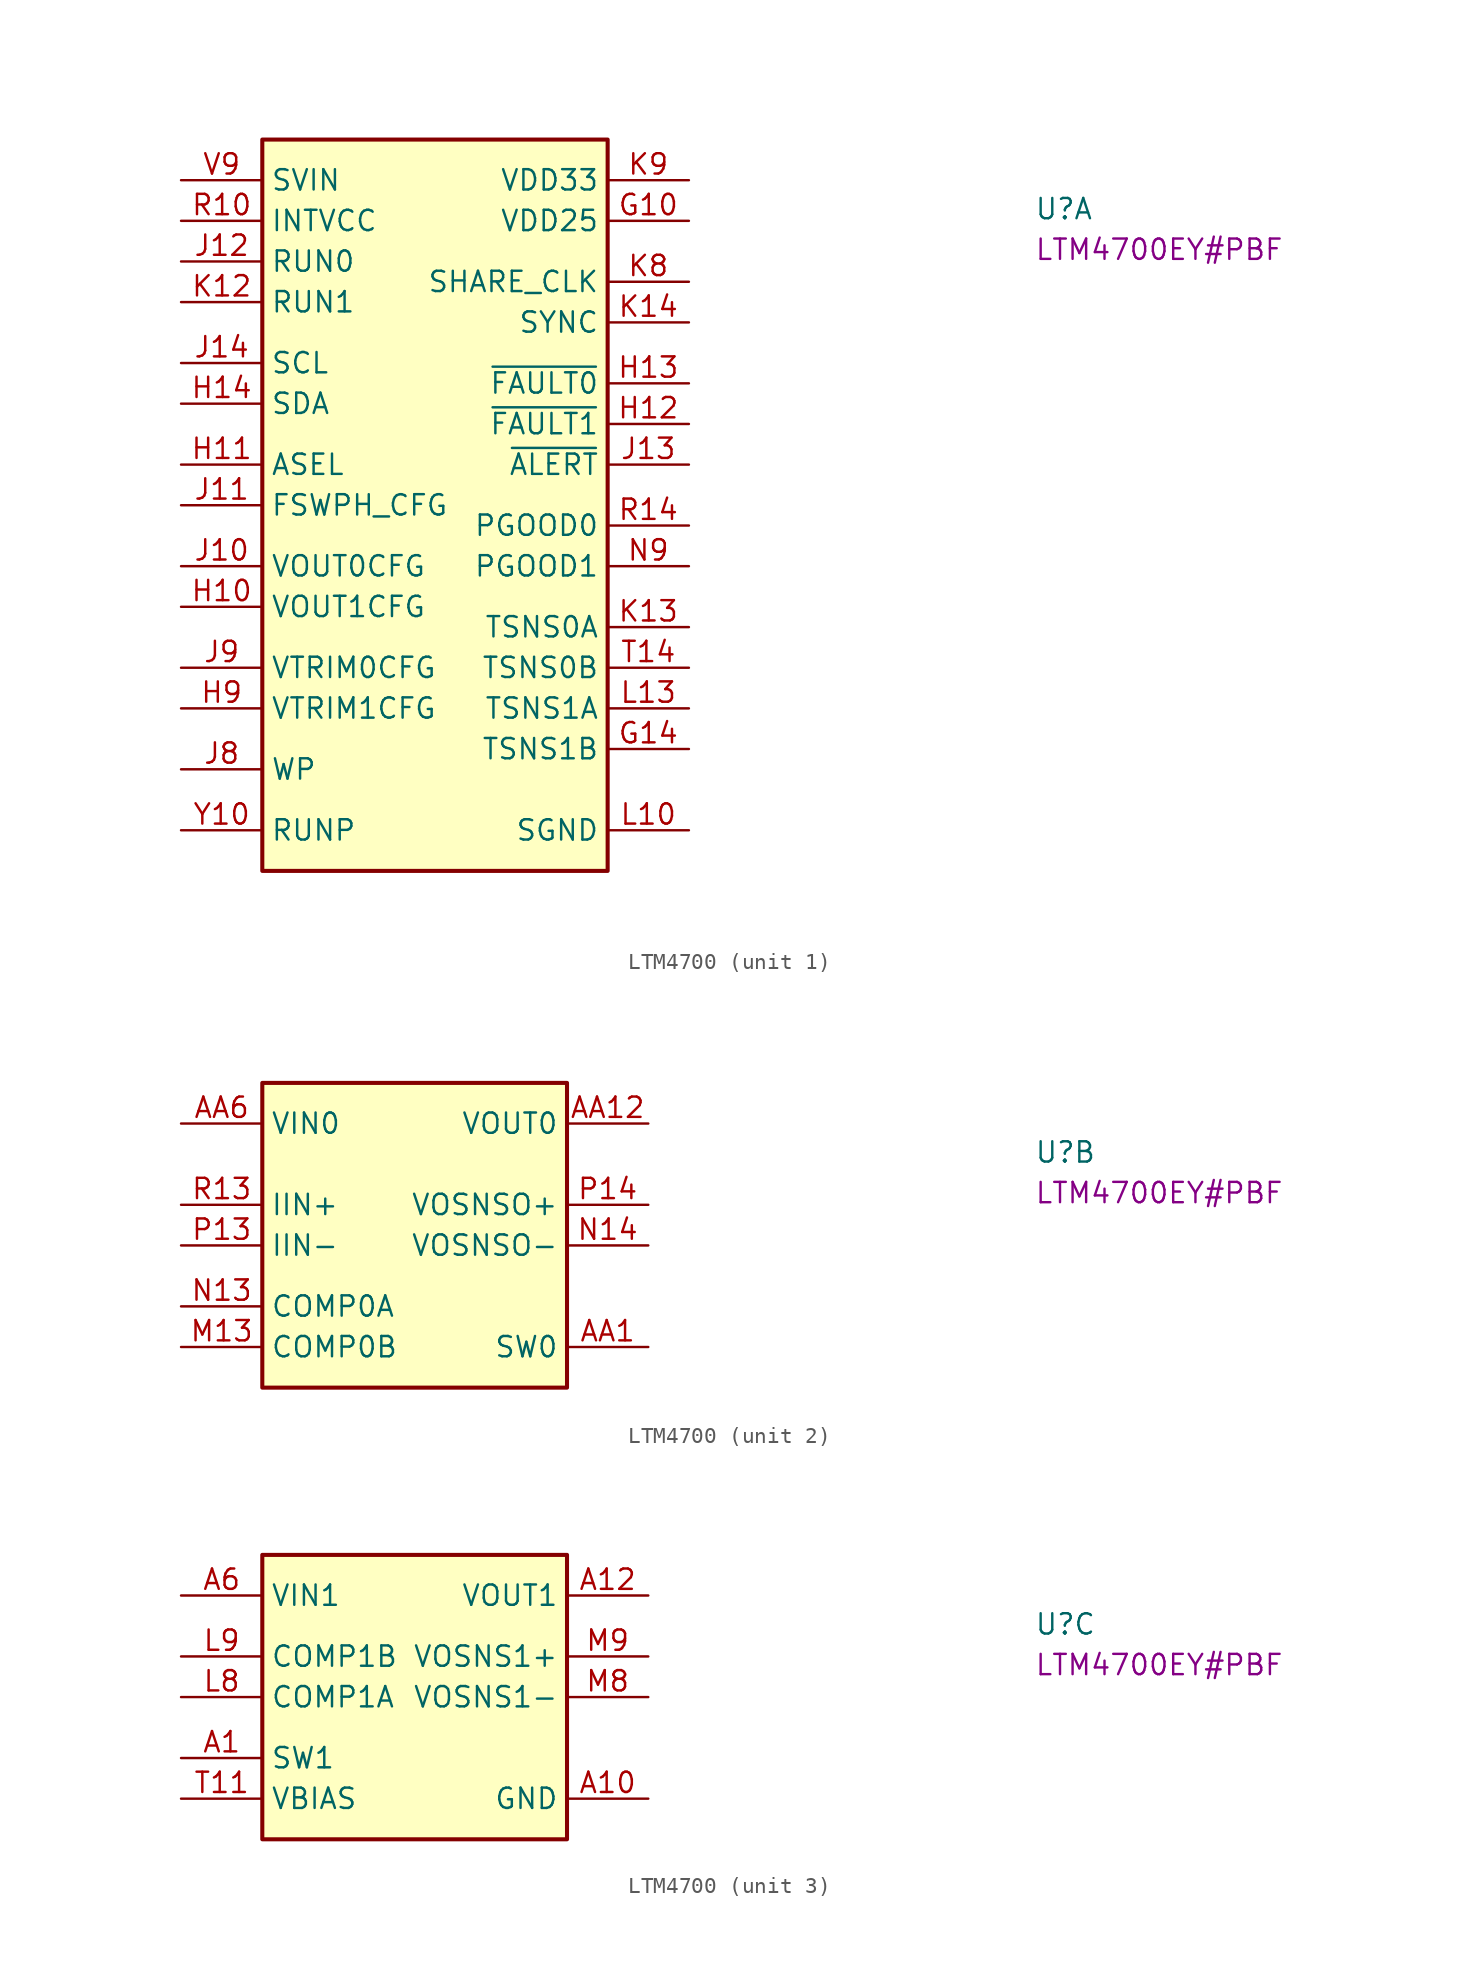
<source format=kicad_sym>
(kicad_symbol_lib
  (version 20220914)
  (generator kicad_symbol_editor)
  (symbol "LTM4700"
    (property "Reference" "U"
      (at 53.34 -2.54 0)
      (effects (font (size 1.27 1.27) (thickness 0.15)) (justify left bottom)))
    (property "MPN" "LTM4700EY#PBF"
      (at 53.34 -5.08 0)
      (effects (font (size 1.27 1.27) (thickness 0.15)) (justify left bottom)))
    (property "ki_locked" ""
      (at 0 0 0)
      (effects (font (size 1.27 1.27))))
    (symbol "LTM4700_1_1"
      (rectangle (start 5.08 2.54) (end 26.67 -43.18) (stroke (width 0.254) (type default)) (fill (type background)))
      (pin output line (at 31.75 -2.54 180) (length 5.08) (name "VDD25" (effects (font (size 1.27 1.27)))) (number "G10" (effects (font (size 1.27 1.27)))))
      (pin passive line (at 31.75 -35.56 180) (length 5.08) (name "TSNS1B" (effects (font (size 1.27 1.27)))) (number "G14" (effects (font (size 1.27 1.27)))))
      (pin passive line (at 0 -26.67 0) (length 5.08) (name "VOUT1CFG" (effects (font (size 1.27 1.27)))) (number "H10" (effects (font (size 1.27 1.27)))))
      (pin passive line (at 0 -17.78 0) (length 5.08) (name "ASEL" (effects (font (size 1.27 1.27)))) (number "H11" (effects (font (size 1.27 1.27)))))
      (pin bidirectional line (at 31.75 -15.24 180) (length 5.08) (name "~{FAULT1}" (effects (font (size 1.27 1.27)))) (number "H12" (effects (font (size 1.27 1.27)))))
      (pin bidirectional line (at 31.75 -12.7 180) (length 5.08) (name "~{FAULT0}" (effects (font (size 1.27 1.27)))) (number "H13" (effects (font (size 1.27 1.27)))))
      (pin bidirectional line (at 0 -13.97 0) (length 5.08) (name "SDA" (effects (font (size 1.27 1.27)))) (number "H14" (effects (font (size 1.27 1.27)))))
      (pin passive line (at 0 -33.02 0) (length 5.08) (name "VTRIM1CFG" (effects (font (size 1.27 1.27)))) (number "H9" (effects (font (size 1.27 1.27)))))
      (pin passive line (at 0 -24.13 0) (length 5.08) (name "VOUT0CFG" (effects (font (size 1.27 1.27)))) (number "J10" (effects (font (size 1.27 1.27)))))
      (pin passive line (at 0 -20.32 0) (length 5.08) (name "FSWPH_CFG" (effects (font (size 1.27 1.27)))) (number "J11" (effects (font (size 1.27 1.27)))))
      (pin bidirectional line (at 0 -5.08 0) (length 5.08) (name "RUN0" (effects (font (size 1.27 1.27)))) (number "J12" (effects (font (size 1.27 1.27)))))
      (pin output line (at 31.75 -17.78 180) (length 5.08) (name "~{ALERT}" (effects (font (size 1.27 1.27)))) (number "J13" (effects (font (size 1.27 1.27)))))
      (pin input line (at 0 -11.43 0) (length 5.08) (name "SCL" (effects (font (size 1.27 1.27)))) (number "J14" (effects (font (size 1.27 1.27)))))
      (pin passive line (at 0 -36.83 0) (length 5.08) (name "WP" (effects (font (size 1.27 1.27)))) (number "J8" (effects (font (size 1.27 1.27)))))
      (pin passive line (at 0 -30.48 0) (length 5.08) (name "VTRIM0CFG" (effects (font (size 1.27 1.27)))) (number "J9" (effects (font (size 1.27 1.27)))))
      (pin bidirectional line (at 0 -7.62 0) (length 5.08) (name "RUN1" (effects (font (size 1.27 1.27)))) (number "K12" (effects (font (size 1.27 1.27)))))
      (pin passive line (at 31.75 -27.94 180) (length 5.08) (name "TSNS0A" (effects (font (size 1.27 1.27)))) (number "K13" (effects (font (size 1.27 1.27)))))
      (pin bidirectional line (at 31.75 -8.89 180) (length 5.08) (name "SYNC" (effects (font (size 1.27 1.27)))) (number "K14" (effects (font (size 1.27 1.27)))))
      (pin bidirectional line (at 31.75 -6.35 180) (length 5.08) (name "SHARE_CLK" (effects (font (size 1.27 1.27)))) (number "K8" (effects (font (size 1.27 1.27)))))
      (pin output line (at 31.75 0 180) (length 5.08) (name "VDD33" (effects (font (size 1.27 1.27)))) (number "K9" (effects (font (size 1.27 1.27)))))
      (pin power_in line (at 31.75 -40.64 180) (length 5.08) (name "SGND" (effects (font (size 1.27 1.27)))) (number "L10" (effects (font (size 1.27 1.27)))))
      (pin passive line (at 31.75 -40.64 180) (length 5.08) hide (name "SGND" (effects (font (size 1.27 1.27)))) (number "L11" (effects (font (size 1.27 1.27)))))
      (pin passive line (at 31.75 -40.64 180) (length 5.08) hide (name "SGND" (effects (font (size 1.27 1.27)))) (number "L12" (effects (font (size 1.27 1.27)))))
      (pin passive line (at 31.75 -33.02 180) (length 5.08) (name "TSNS1A" (effects (font (size 1.27 1.27)))) (number "L13" (effects (font (size 1.27 1.27)))))
      (pin passive line (at 31.75 -40.64 180) (length 5.08) hide (name "SGND" (effects (font (size 1.27 1.27)))) (number "M10" (effects (font (size 1.27 1.27)))))
      (pin passive line (at 31.75 -40.64 180) (length 5.08) hide (name "SGND" (effects (font (size 1.27 1.27)))) (number "M11" (effects (font (size 1.27 1.27)))))
      (pin passive line (at 31.75 -40.64 180) (length 5.08) hide (name "SGND" (effects (font (size 1.27 1.27)))) (number "M12" (effects (font (size 1.27 1.27)))))
      (pin output line (at 31.75 -24.13 180) (length 5.08) (name "PGOOD1" (effects (font (size 1.27 1.27)))) (number "N9" (effects (font (size 1.27 1.27)))))
      (pin output line (at 0 -2.54 0) (length 5.08) (name "INTVCC" (effects (font (size 1.27 1.27)))) (number "R10" (effects (font (size 1.27 1.27)))))
      (pin output line (at 31.75 -21.59 180) (length 5.08) (name "PGOOD0" (effects (font (size 1.27 1.27)))) (number "R14" (effects (font (size 1.27 1.27)))))
      (pin passive line (at 31.75 -30.48 180) (length 5.08) (name "TSNS0B" (effects (font (size 1.27 1.27)))) (number "T14" (effects (font (size 1.27 1.27)))))
      (pin input line (at 0 0 0) (length 5.08) (name "SVIN" (effects (font (size 1.27 1.27)))) (number "V9" (effects (font (size 1.27 1.27)))))
      (pin input line (at 0 -40.64 0) (length 5.08) (name "RUNP" (effects (font (size 1.27 1.27)))) (number "Y10" (effects (font (size 1.27 1.27))))))
    (symbol "LTM4700_2_1"
      (rectangle (start 5.08 2.54) (end 24.13 -16.51) (stroke (width 0.254) (type default)) (fill (type background)))
      (pin passive line (at 29.21 -13.97 180) (length 5.08) (name "SW0" (effects (font (size 1.27 1.27)))) (number "AA1" (effects (font (size 1.27 1.27)))))
      (pin power_out line (at 29.21 0 180) (length 5.08) (name "VOUT0" (effects (font (size 1.27 1.27)))) (number "AA12" (effects (font (size 1.27 1.27)))))
      (pin passive line (at 29.21 0 180) (length 5.08) hide (name "VOUT0" (effects (font (size 1.27 1.27)))) (number "AA13" (effects (font (size 1.27 1.27)))))
      (pin passive line (at 29.21 0 180) (length 5.08) hide (name "VOUT0" (effects (font (size 1.27 1.27)))) (number "AA14" (effects (font (size 1.27 1.27)))))
      (pin passive line (at 29.21 0 180) (length 5.08) hide (name "VOUT0" (effects (font (size 1.27 1.27)))) (number "AA15" (effects (font (size 1.27 1.27)))))
      (pin passive line (at 29.21 -13.97 180) (length 5.08) hide (name "SW0" (effects (font (size 1.27 1.27)))) (number "AA2" (effects (font (size 1.27 1.27)))))
      (pin input line (at 0 0 0) (length 5.08) (name "VIN0" (effects (font (size 1.27 1.27)))) (number "AA6" (effects (font (size 1.27 1.27)))))
      (pin passive line (at 0 0 0) (length 5.08) hide (name "VIN0" (effects (font (size 1.27 1.27)))) (number "AA7" (effects (font (size 1.27 1.27)))))
      (pin passive line (at 0 0 0) (length 5.08) hide (name "VIN0" (effects (font (size 1.27 1.27)))) (number "AA8" (effects (font (size 1.27 1.27)))))
      (pin passive line (at 29.21 -13.97 180) (length 5.08) hide (name "SW0" (effects (font (size 1.27 1.27)))) (number "AB1" (effects (font (size 1.27 1.27)))))
      (pin passive line (at 29.21 0 180) (length 5.08) hide (name "VOUT0" (effects (font (size 1.27 1.27)))) (number "AB12" (effects (font (size 1.27 1.27)))))
      (pin passive line (at 29.21 0 180) (length 5.08) hide (name "VOUT0" (effects (font (size 1.27 1.27)))) (number "AB13" (effects (font (size 1.27 1.27)))))
      (pin passive line (at 29.21 0 180) (length 5.08) hide (name "VOUT0" (effects (font (size 1.27 1.27)))) (number "AB14" (effects (font (size 1.27 1.27)))))
      (pin passive line (at 29.21 0 180) (length 5.08) hide (name "VOUT0" (effects (font (size 1.27 1.27)))) (number "AB15" (effects (font (size 1.27 1.27)))))
      (pin passive line (at 29.21 -13.97 180) (length 5.08) hide (name "SW0" (effects (font (size 1.27 1.27)))) (number "AB2" (effects (font (size 1.27 1.27)))))
      (pin passive line (at 0 0 0) (length 5.08) hide (name "VIN0" (effects (font (size 1.27 1.27)))) (number "AB6" (effects (font (size 1.27 1.27)))))
      (pin passive line (at 0 0 0) (length 5.08) hide (name "VIN0" (effects (font (size 1.27 1.27)))) (number "AB7" (effects (font (size 1.27 1.27)))))
      (pin passive line (at 0 0 0) (length 5.08) hide (name "VIN0" (effects (font (size 1.27 1.27)))) (number "AB8" (effects (font (size 1.27 1.27)))))
      (pin passive line (at 0 -13.97 0) (length 5.08) (name "COMP0B" (effects (font (size 1.27 1.27)))) (number "M13" (effects (font (size 1.27 1.27)))))
      (pin passive line (at 29.21 -13.97 180) (length 5.08) hide (name "SW0" (effects (font (size 1.27 1.27)))) (number "N1" (effects (font (size 1.27 1.27)))))
      (pin passive line (at 0 -11.43 0) (length 5.08) (name "COMP0A" (effects (font (size 1.27 1.27)))) (number "N13" (effects (font (size 1.27 1.27)))))
      (pin input line (at 29.21 -7.62 180) (length 5.08) (name "VOSNSO-" (effects (font (size 1.27 1.27)))) (number "N14" (effects (font (size 1.27 1.27)))))
      (pin passive line (at 29.21 0 180) (length 5.08) hide (name "VOUT0" (effects (font (size 1.27 1.27)))) (number "N15" (effects (font (size 1.27 1.27)))))
      (pin passive line (at 29.21 -13.97 180) (length 5.08) hide (name "SW0" (effects (font (size 1.27 1.27)))) (number "N2" (effects (font (size 1.27 1.27)))))
      (pin passive line (at 0 0 0) (length 5.08) hide (name "VIN0" (effects (font (size 1.27 1.27)))) (number "N6" (effects (font (size 1.27 1.27)))))
      (pin passive line (at 0 0 0) (length 5.08) hide (name "VIN0" (effects (font (size 1.27 1.27)))) (number "N7" (effects (font (size 1.27 1.27)))))
      (pin passive line (at 29.21 -13.97 180) (length 5.08) hide (name "SW0" (effects (font (size 1.27 1.27)))) (number "P1" (effects (font (size 1.27 1.27)))))
      (pin input line (at 0 -7.62 0) (length 5.08) (name "IIN-" (effects (font (size 1.27 1.27)))) (number "P13" (effects (font (size 1.27 1.27)))))
      (pin input line (at 29.21 -5.08 180) (length 5.08) (name "VOSNSO+" (effects (font (size 1.27 1.27)))) (number "P14" (effects (font (size 1.27 1.27)))))
      (pin passive line (at 29.21 0 180) (length 5.08) hide (name "VOUT0" (effects (font (size 1.27 1.27)))) (number "P15" (effects (font (size 1.27 1.27)))))
      (pin passive line (at 29.21 -13.97 180) (length 5.08) hide (name "SW0" (effects (font (size 1.27 1.27)))) (number "P2" (effects (font (size 1.27 1.27)))))
      (pin passive line (at 0 0 0) (length 5.08) hide (name "VIN0" (effects (font (size 1.27 1.27)))) (number "P6" (effects (font (size 1.27 1.27)))))
      (pin passive line (at 0 0 0) (length 5.08) hide (name "VIN0" (effects (font (size 1.27 1.27)))) (number "P7" (effects (font (size 1.27 1.27)))))
      (pin passive line (at 29.21 -13.97 180) (length 5.08) hide (name "SW0" (effects (font (size 1.27 1.27)))) (number "R1" (effects (font (size 1.27 1.27)))))
      (pin input line (at 0 -5.08 0) (length 5.08) (name "IIN+" (effects (font (size 1.27 1.27)))) (number "R13" (effects (font (size 1.27 1.27)))))
      (pin passive line (at 29.21 0 180) (length 5.08) hide (name "VOUT0" (effects (font (size 1.27 1.27)))) (number "R15" (effects (font (size 1.27 1.27)))))
      (pin passive line (at 29.21 -13.97 180) (length 5.08) hide (name "SW0" (effects (font (size 1.27 1.27)))) (number "R2" (effects (font (size 1.27 1.27)))))
      (pin passive line (at 0 0 0) (length 5.08) hide (name "VIN0" (effects (font (size 1.27 1.27)))) (number "R6" (effects (font (size 1.27 1.27)))))
      (pin passive line (at 0 0 0) (length 5.08) hide (name "VIN0" (effects (font (size 1.27 1.27)))) (number "R7" (effects (font (size 1.27 1.27)))))
      (pin passive line (at 0 0 0) (length 5.08) hide (name "VIN0" (effects (font (size 1.27 1.27)))) (number "R8" (effects (font (size 1.27 1.27)))))
      (pin passive line (at 29.21 -13.97 180) (length 5.08) hide (name "SW0" (effects (font (size 1.27 1.27)))) (number "T1" (effects (font (size 1.27 1.27)))))
      (pin passive line (at 29.21 0 180) (length 5.08) hide (name "VOUT0" (effects (font (size 1.27 1.27)))) (number "T15" (effects (font (size 1.27 1.27)))))
      (pin passive line (at 29.21 -13.97 180) (length 5.08) hide (name "SW0" (effects (font (size 1.27 1.27)))) (number "T2" (effects (font (size 1.27 1.27)))))
      (pin passive line (at 0 0 0) (length 5.08) hide (name "VIN0" (effects (font (size 1.27 1.27)))) (number "T6" (effects (font (size 1.27 1.27)))))
      (pin passive line (at 0 0 0) (length 5.08) hide (name "VIN0" (effects (font (size 1.27 1.27)))) (number "T7" (effects (font (size 1.27 1.27)))))
      (pin passive line (at 0 0 0) (length 5.08) hide (name "VIN0" (effects (font (size 1.27 1.27)))) (number "T8" (effects (font (size 1.27 1.27)))))
      (pin passive line (at 29.21 -13.97 180) (length 5.08) hide (name "SW0" (effects (font (size 1.27 1.27)))) (number "U1" (effects (font (size 1.27 1.27)))))
      (pin passive line (at 29.21 0 180) (length 5.08) hide (name "VOUT0" (effects (font (size 1.27 1.27)))) (number "U12" (effects (font (size 1.27 1.27)))))
      (pin passive line (at 29.21 0 180) (length 5.08) hide (name "VOUT0" (effects (font (size 1.27 1.27)))) (number "U13" (effects (font (size 1.27 1.27)))))
      (pin passive line (at 29.21 0 180) (length 5.08) hide (name "VOUT0" (effects (font (size 1.27 1.27)))) (number "U14" (effects (font (size 1.27 1.27)))))
      (pin passive line (at 29.21 0 180) (length 5.08) hide (name "VOUT0" (effects (font (size 1.27 1.27)))) (number "U15" (effects (font (size 1.27 1.27)))))
      (pin passive line (at 29.21 -13.97 180) (length 5.08) hide (name "SW0" (effects (font (size 1.27 1.27)))) (number "U2" (effects (font (size 1.27 1.27)))))
      (pin passive line (at 0 0 0) (length 5.08) hide (name "VIN0" (effects (font (size 1.27 1.27)))) (number "U6" (effects (font (size 1.27 1.27)))))
      (pin passive line (at 0 0 0) (length 5.08) hide (name "VIN0" (effects (font (size 1.27 1.27)))) (number "U7" (effects (font (size 1.27 1.27)))))
      (pin passive line (at 0 0 0) (length 5.08) hide (name "VIN0" (effects (font (size 1.27 1.27)))) (number "U8" (effects (font (size 1.27 1.27)))))
      (pin passive line (at 29.21 -13.97 180) (length 5.08) hide (name "SW0" (effects (font (size 1.27 1.27)))) (number "V1" (effects (font (size 1.27 1.27)))))
      (pin passive line (at 29.21 0 180) (length 5.08) hide (name "VOUT0" (effects (font (size 1.27 1.27)))) (number "V12" (effects (font (size 1.27 1.27)))))
      (pin passive line (at 29.21 0 180) (length 5.08) hide (name "VOUT0" (effects (font (size 1.27 1.27)))) (number "V13" (effects (font (size 1.27 1.27)))))
      (pin passive line (at 29.21 0 180) (length 5.08) hide (name "VOUT0" (effects (font (size 1.27 1.27)))) (number "V14" (effects (font (size 1.27 1.27)))))
      (pin passive line (at 29.21 0 180) (length 5.08) hide (name "VOUT0" (effects (font (size 1.27 1.27)))) (number "V15" (effects (font (size 1.27 1.27)))))
      (pin passive line (at 29.21 -13.97 180) (length 5.08) hide (name "SW0" (effects (font (size 1.27 1.27)))) (number "V2" (effects (font (size 1.27 1.27)))))
      (pin passive line (at 0 0 0) (length 5.08) hide (name "VIN0" (effects (font (size 1.27 1.27)))) (number "V6" (effects (font (size 1.27 1.27)))))
      (pin passive line (at 0 0 0) (length 5.08) hide (name "VIN0" (effects (font (size 1.27 1.27)))) (number "V7" (effects (font (size 1.27 1.27)))))
      (pin passive line (at 0 0 0) (length 5.08) hide (name "VIN0" (effects (font (size 1.27 1.27)))) (number "V8" (effects (font (size 1.27 1.27)))))
      (pin passive line (at 29.21 -13.97 180) (length 5.08) hide (name "SW0" (effects (font (size 1.27 1.27)))) (number "W1" (effects (font (size 1.27 1.27)))))
      (pin passive line (at 29.21 0 180) (length 5.08) hide (name "VOUT0" (effects (font (size 1.27 1.27)))) (number "W12" (effects (font (size 1.27 1.27)))))
      (pin passive line (at 29.21 0 180) (length 5.08) hide (name "VOUT0" (effects (font (size 1.27 1.27)))) (number "W13" (effects (font (size 1.27 1.27)))))
      (pin passive line (at 29.21 0 180) (length 5.08) hide (name "VOUT0" (effects (font (size 1.27 1.27)))) (number "W14" (effects (font (size 1.27 1.27)))))
      (pin passive line (at 29.21 0 180) (length 5.08) hide (name "VOUT0" (effects (font (size 1.27 1.27)))) (number "W15" (effects (font (size 1.27 1.27)))))
      (pin passive line (at 29.21 -13.97 180) (length 5.08) hide (name "SW0" (effects (font (size 1.27 1.27)))) (number "W2" (effects (font (size 1.27 1.27)))))
      (pin passive line (at 0 0 0) (length 5.08) hide (name "VIN0" (effects (font (size 1.27 1.27)))) (number "W6" (effects (font (size 1.27 1.27)))))
      (pin passive line (at 0 0 0) (length 5.08) hide (name "VIN0" (effects (font (size 1.27 1.27)))) (number "W7" (effects (font (size 1.27 1.27)))))
      (pin passive line (at 0 0 0) (length 5.08) hide (name "VIN0" (effects (font (size 1.27 1.27)))) (number "W8" (effects (font (size 1.27 1.27)))))
      (pin passive line (at 29.21 -13.97 180) (length 5.08) hide (name "SW0" (effects (font (size 1.27 1.27)))) (number "Y1" (effects (font (size 1.27 1.27)))))
      (pin passive line (at 29.21 0 180) (length 5.08) hide (name "VOUT0" (effects (font (size 1.27 1.27)))) (number "Y12" (effects (font (size 1.27 1.27)))))
      (pin passive line (at 29.21 0 180) (length 5.08) hide (name "VOUT0" (effects (font (size 1.27 1.27)))) (number "Y13" (effects (font (size 1.27 1.27)))))
      (pin passive line (at 29.21 0 180) (length 5.08) hide (name "VOUT0" (effects (font (size 1.27 1.27)))) (number "Y14" (effects (font (size 1.27 1.27)))))
      (pin passive line (at 29.21 0 180) (length 5.08) hide (name "VOUT0" (effects (font (size 1.27 1.27)))) (number "Y15" (effects (font (size 1.27 1.27)))))
      (pin passive line (at 29.21 -13.97 180) (length 5.08) hide (name "SW0" (effects (font (size 1.27 1.27)))) (number "Y2" (effects (font (size 1.27 1.27)))))
      (pin passive line (at 0 0 0) (length 5.08) hide (name "VIN0" (effects (font (size 1.27 1.27)))) (number "Y6" (effects (font (size 1.27 1.27)))))
      (pin passive line (at 0 0 0) (length 5.08) hide (name "VIN0" (effects (font (size 1.27 1.27)))) (number "Y7" (effects (font (size 1.27 1.27)))))
      (pin passive line (at 0 0 0) (length 5.08) hide (name "VIN0" (effects (font (size 1.27 1.27)))) (number "Y8" (effects (font (size 1.27 1.27))))))
    (symbol "LTM4700_3_1"
      (rectangle (start 5.08 2.54) (end 24.13 -15.24) (stroke (width 0.254) (type default)) (fill (type background)))
      (pin passive line (at 0 -10.16 0) (length 5.08) (name "SW1" (effects (font (size 1.27 1.27)))) (number "A1" (effects (font (size 1.27 1.27)))))
      (pin power_in line (at 29.21 -12.7 180) (length 5.08) (name "GND" (effects (font (size 1.27 1.27)))) (number "A10" (effects (font (size 1.27 1.27)))))
      (pin passive line (at 29.21 -12.7 180) (length 5.08) hide (name "GND" (effects (font (size 1.27 1.27)))) (number "A11" (effects (font (size 1.27 1.27)))))
      (pin power_out line (at 29.21 0 180) (length 5.08) (name "VOUT1" (effects (font (size 1.27 1.27)))) (number "A12" (effects (font (size 1.27 1.27)))))
      (pin passive line (at 29.21 0 180) (length 5.08) hide (name "VOUT1" (effects (font (size 1.27 1.27)))) (number "A13" (effects (font (size 1.27 1.27)))))
      (pin passive line (at 29.21 0 180) (length 5.08) hide (name "VOUT1" (effects (font (size 1.27 1.27)))) (number "A14" (effects (font (size 1.27 1.27)))))
      (pin passive line (at 29.21 0 180) (length 5.08) hide (name "VOUT1" (effects (font (size 1.27 1.27)))) (number "A15" (effects (font (size 1.27 1.27)))))
      (pin passive line (at 0 -10.16 0) (length 5.08) hide (name "SW1" (effects (font (size 1.27 1.27)))) (number "A2" (effects (font (size 1.27 1.27)))))
      (pin passive line (at 29.21 -12.7 180) (length 5.08) hide (name "GND" (effects (font (size 1.27 1.27)))) (number "A3" (effects (font (size 1.27 1.27)))))
      (pin passive line (at 29.21 -12.7 180) (length 5.08) hide (name "GND" (effects (font (size 1.27 1.27)))) (number "A4" (effects (font (size 1.27 1.27)))))
      (pin passive line (at 29.21 -12.7 180) (length 5.08) hide (name "GND" (effects (font (size 1.27 1.27)))) (number "A5" (effects (font (size 1.27 1.27)))))
      (pin input line (at 0 0 0) (length 5.08) (name "VIN1" (effects (font (size 1.27 1.27)))) (number "A6" (effects (font (size 1.27 1.27)))))
      (pin passive line (at 0 0 0) (length 5.08) hide (name "VIN1" (effects (font (size 1.27 1.27)))) (number "A7" (effects (font (size 1.27 1.27)))))
      (pin passive line (at 0 0 0) (length 5.08) hide (name "VIN1" (effects (font (size 1.27 1.27)))) (number "A8" (effects (font (size 1.27 1.27)))))
      (pin passive line (at 29.21 -12.7 180) (length 5.08) hide (name "GND" (effects (font (size 1.27 1.27)))) (number "A9" (effects (font (size 1.27 1.27)))))
      (pin passive line (at 29.21 -12.7 180) (length 5.08) hide (name "GND" (effects (font (size 1.27 1.27)))) (number "AA10" (effects (font (size 1.27 1.27)))))
      (pin passive line (at 29.21 -12.7 180) (length 5.08) hide (name "GND" (effects (font (size 1.27 1.27)))) (number "AA11" (effects (font (size 1.27 1.27)))))
      (pin passive line (at 29.21 -12.7 180) (length 5.08) hide (name "GND" (effects (font (size 1.27 1.27)))) (number "AA3" (effects (font (size 1.27 1.27)))))
      (pin passive line (at 29.21 -12.7 180) (length 5.08) hide (name "GND" (effects (font (size 1.27 1.27)))) (number "AA4" (effects (font (size 1.27 1.27)))))
      (pin passive line (at 29.21 -12.7 180) (length 5.08) hide (name "GND" (effects (font (size 1.27 1.27)))) (number "AA5" (effects (font (size 1.27 1.27)))))
      (pin passive line (at 29.21 -12.7 180) (length 5.08) hide (name "GND" (effects (font (size 1.27 1.27)))) (number "AA9" (effects (font (size 1.27 1.27)))))
      (pin passive line (at 29.21 -12.7 180) (length 5.08) hide (name "GND" (effects (font (size 1.27 1.27)))) (number "AB10" (effects (font (size 1.27 1.27)))))
      (pin passive line (at 29.21 -12.7 180) (length 5.08) hide (name "GND" (effects (font (size 1.27 1.27)))) (number "AB11" (effects (font (size 1.27 1.27)))))
      (pin passive line (at 29.21 -12.7 180) (length 5.08) hide (name "GND" (effects (font (size 1.27 1.27)))) (number "AB3" (effects (font (size 1.27 1.27)))))
      (pin passive line (at 29.21 -12.7 180) (length 5.08) hide (name "GND" (effects (font (size 1.27 1.27)))) (number "AB4" (effects (font (size 1.27 1.27)))))
      (pin passive line (at 29.21 -12.7 180) (length 5.08) hide (name "GND" (effects (font (size 1.27 1.27)))) (number "AB5" (effects (font (size 1.27 1.27)))))
      (pin passive line (at 29.21 -12.7 180) (length 5.08) hide (name "GND" (effects (font (size 1.27 1.27)))) (number "AB9" (effects (font (size 1.27 1.27)))))
      (pin passive line (at 0 -10.16 0) (length 5.08) hide (name "SW1" (effects (font (size 1.27 1.27)))) (number "B1" (effects (font (size 1.27 1.27)))))
      (pin passive line (at 29.21 -12.7 180) (length 5.08) hide (name "GND" (effects (font (size 1.27 1.27)))) (number "B10" (effects (font (size 1.27 1.27)))))
      (pin passive line (at 29.21 -12.7 180) (length 5.08) hide (name "GND" (effects (font (size 1.27 1.27)))) (number "B11" (effects (font (size 1.27 1.27)))))
      (pin passive line (at 29.21 0 180) (length 5.08) hide (name "VOUT1" (effects (font (size 1.27 1.27)))) (number "B12" (effects (font (size 1.27 1.27)))))
      (pin passive line (at 29.21 0 180) (length 5.08) hide (name "VOUT1" (effects (font (size 1.27 1.27)))) (number "B13" (effects (font (size 1.27 1.27)))))
      (pin passive line (at 29.21 0 180) (length 5.08) hide (name "VOUT1" (effects (font (size 1.27 1.27)))) (number "B14" (effects (font (size 1.27 1.27)))))
      (pin passive line (at 29.21 0 180) (length 5.08) hide (name "VOUT1" (effects (font (size 1.27 1.27)))) (number "B15" (effects (font (size 1.27 1.27)))))
      (pin passive line (at 0 -10.16 0) (length 5.08) hide (name "SW1" (effects (font (size 1.27 1.27)))) (number "B2" (effects (font (size 1.27 1.27)))))
      (pin passive line (at 29.21 -12.7 180) (length 5.08) hide (name "GND" (effects (font (size 1.27 1.27)))) (number "B3" (effects (font (size 1.27 1.27)))))
      (pin passive line (at 29.21 -12.7 180) (length 5.08) hide (name "GND" (effects (font (size 1.27 1.27)))) (number "B4" (effects (font (size 1.27 1.27)))))
      (pin passive line (at 29.21 -12.7 180) (length 5.08) hide (name "GND" (effects (font (size 1.27 1.27)))) (number "B5" (effects (font (size 1.27 1.27)))))
      (pin passive line (at 0 0 0) (length 5.08) hide (name "VIN1" (effects (font (size 1.27 1.27)))) (number "B6" (effects (font (size 1.27 1.27)))))
      (pin passive line (at 0 0 0) (length 5.08) hide (name "VIN1" (effects (font (size 1.27 1.27)))) (number "B7" (effects (font (size 1.27 1.27)))))
      (pin passive line (at 0 0 0) (length 5.08) hide (name "VIN1" (effects (font (size 1.27 1.27)))) (number "B8" (effects (font (size 1.27 1.27)))))
      (pin passive line (at 29.21 -12.7 180) (length 5.08) hide (name "GND" (effects (font (size 1.27 1.27)))) (number "B9" (effects (font (size 1.27 1.27)))))
      (pin passive line (at 0 -10.16 0) (length 5.08) hide (name "SW1" (effects (font (size 1.27 1.27)))) (number "C1" (effects (font (size 1.27 1.27)))))
      (pin passive line (at 29.21 -12.7 180) (length 5.08) hide (name "GND" (effects (font (size 1.27 1.27)))) (number "C10" (effects (font (size 1.27 1.27)))))
      (pin passive line (at 29.21 -12.7 180) (length 5.08) hide (name "GND" (effects (font (size 1.27 1.27)))) (number "C11" (effects (font (size 1.27 1.27)))))
      (pin passive line (at 29.21 0 180) (length 5.08) hide (name "VOUT1" (effects (font (size 1.27 1.27)))) (number "C12" (effects (font (size 1.27 1.27)))))
      (pin passive line (at 29.21 0 180) (length 5.08) hide (name "VOUT1" (effects (font (size 1.27 1.27)))) (number "C13" (effects (font (size 1.27 1.27)))))
      (pin passive line (at 29.21 0 180) (length 5.08) hide (name "VOUT1" (effects (font (size 1.27 1.27)))) (number "C14" (effects (font (size 1.27 1.27)))))
      (pin passive line (at 29.21 0 180) (length 5.08) hide (name "VOUT1" (effects (font (size 1.27 1.27)))) (number "C15" (effects (font (size 1.27 1.27)))))
      (pin passive line (at 0 -10.16 0) (length 5.08) hide (name "SW1" (effects (font (size 1.27 1.27)))) (number "C2" (effects (font (size 1.27 1.27)))))
      (pin passive line (at 29.21 -12.7 180) (length 5.08) hide (name "GND" (effects (font (size 1.27 1.27)))) (number "C3" (effects (font (size 1.27 1.27)))))
      (pin passive line (at 29.21 -12.7 180) (length 5.08) hide (name "GND" (effects (font (size 1.27 1.27)))) (number "C4" (effects (font (size 1.27 1.27)))))
      (pin passive line (at 29.21 -12.7 180) (length 5.08) hide (name "GND" (effects (font (size 1.27 1.27)))) (number "C5" (effects (font (size 1.27 1.27)))))
      (pin passive line (at 0 0 0) (length 5.08) hide (name "VIN1" (effects (font (size 1.27 1.27)))) (number "C6" (effects (font (size 1.27 1.27)))))
      (pin passive line (at 0 0 0) (length 5.08) hide (name "VIN1" (effects (font (size 1.27 1.27)))) (number "C7" (effects (font (size 1.27 1.27)))))
      (pin passive line (at 0 0 0) (length 5.08) hide (name "VIN1" (effects (font (size 1.27 1.27)))) (number "C8" (effects (font (size 1.27 1.27)))))
      (pin passive line (at 29.21 -12.7 180) (length 5.08) hide (name "GND" (effects (font (size 1.27 1.27)))) (number "C9" (effects (font (size 1.27 1.27)))))
      (pin passive line (at 0 -10.16 0) (length 5.08) hide (name "SW1" (effects (font (size 1.27 1.27)))) (number "D1" (effects (font (size 1.27 1.27)))))
      (pin passive line (at 29.21 -12.7 180) (length 5.08) hide (name "GND" (effects (font (size 1.27 1.27)))) (number "D10" (effects (font (size 1.27 1.27)))))
      (pin passive line (at 29.21 -12.7 180) (length 5.08) hide (name "GND" (effects (font (size 1.27 1.27)))) (number "D11" (effects (font (size 1.27 1.27)))))
      (pin passive line (at 29.21 0 180) (length 5.08) hide (name "VOUT1" (effects (font (size 1.27 1.27)))) (number "D12" (effects (font (size 1.27 1.27)))))
      (pin passive line (at 29.21 0 180) (length 5.08) hide (name "VOUT1" (effects (font (size 1.27 1.27)))) (number "D13" (effects (font (size 1.27 1.27)))))
      (pin passive line (at 29.21 0 180) (length 5.08) hide (name "VOUT1" (effects (font (size 1.27 1.27)))) (number "D14" (effects (font (size 1.27 1.27)))))
      (pin passive line (at 29.21 0 180) (length 5.08) hide (name "VOUT1" (effects (font (size 1.27 1.27)))) (number "D15" (effects (font (size 1.27 1.27)))))
      (pin passive line (at 0 -10.16 0) (length 5.08) hide (name "SW1" (effects (font (size 1.27 1.27)))) (number "D2" (effects (font (size 1.27 1.27)))))
      (pin passive line (at 29.21 -12.7 180) (length 5.08) hide (name "GND" (effects (font (size 1.27 1.27)))) (number "D3" (effects (font (size 1.27 1.27)))))
      (pin passive line (at 29.21 -12.7 180) (length 5.08) hide (name "GND" (effects (font (size 1.27 1.27)))) (number "D4" (effects (font (size 1.27 1.27)))))
      (pin passive line (at 29.21 -12.7 180) (length 5.08) hide (name "GND" (effects (font (size 1.27 1.27)))) (number "D5" (effects (font (size 1.27 1.27)))))
      (pin passive line (at 0 0 0) (length 5.08) hide (name "VIN1" (effects (font (size 1.27 1.27)))) (number "D6" (effects (font (size 1.27 1.27)))))
      (pin passive line (at 0 0 0) (length 5.08) hide (name "VIN1" (effects (font (size 1.27 1.27)))) (number "D7" (effects (font (size 1.27 1.27)))))
      (pin passive line (at 0 0 0) (length 5.08) hide (name "VIN1" (effects (font (size 1.27 1.27)))) (number "D8" (effects (font (size 1.27 1.27)))))
      (pin passive line (at 29.21 -12.7 180) (length 5.08) hide (name "GND" (effects (font (size 1.27 1.27)))) (number "D9" (effects (font (size 1.27 1.27)))))
      (pin passive line (at 0 -10.16 0) (length 5.08) hide (name "SW1" (effects (font (size 1.27 1.27)))) (number "E1" (effects (font (size 1.27 1.27)))))
      (pin passive line (at 29.21 -12.7 180) (length 5.08) hide (name "GND" (effects (font (size 1.27 1.27)))) (number "E10" (effects (font (size 1.27 1.27)))))
      (pin passive line (at 29.21 -12.7 180) (length 5.08) hide (name "GND" (effects (font (size 1.27 1.27)))) (number "E11" (effects (font (size 1.27 1.27)))))
      (pin passive line (at 29.21 0 180) (length 5.08) hide (name "VOUT1" (effects (font (size 1.27 1.27)))) (number "E12" (effects (font (size 1.27 1.27)))))
      (pin passive line (at 29.21 0 180) (length 5.08) hide (name "VOUT1" (effects (font (size 1.27 1.27)))) (number "E13" (effects (font (size 1.27 1.27)))))
      (pin passive line (at 29.21 0 180) (length 5.08) hide (name "VOUT1" (effects (font (size 1.27 1.27)))) (number "E14" (effects (font (size 1.27 1.27)))))
      (pin passive line (at 29.21 0 180) (length 5.08) hide (name "VOUT1" (effects (font (size 1.27 1.27)))) (number "E15" (effects (font (size 1.27 1.27)))))
      (pin passive line (at 0 -10.16 0) (length 5.08) hide (name "SW1" (effects (font (size 1.27 1.27)))) (number "E2" (effects (font (size 1.27 1.27)))))
      (pin passive line (at 29.21 -12.7 180) (length 5.08) hide (name "GND" (effects (font (size 1.27 1.27)))) (number "E3" (effects (font (size 1.27 1.27)))))
      (pin passive line (at 29.21 -12.7 180) (length 5.08) hide (name "GND" (effects (font (size 1.27 1.27)))) (number "E4" (effects (font (size 1.27 1.27)))))
      (pin passive line (at 29.21 -12.7 180) (length 5.08) hide (name "GND" (effects (font (size 1.27 1.27)))) (number "E5" (effects (font (size 1.27 1.27)))))
      (pin passive line (at 0 0 0) (length 5.08) hide (name "VIN1" (effects (font (size 1.27 1.27)))) (number "E6" (effects (font (size 1.27 1.27)))))
      (pin passive line (at 0 0 0) (length 5.08) hide (name "VIN1" (effects (font (size 1.27 1.27)))) (number "E7" (effects (font (size 1.27 1.27)))))
      (pin passive line (at 0 0 0) (length 5.08) hide (name "VIN1" (effects (font (size 1.27 1.27)))) (number "E8" (effects (font (size 1.27 1.27)))))
      (pin passive line (at 29.21 -12.7 180) (length 5.08) hide (name "GND" (effects (font (size 1.27 1.27)))) (number "E9" (effects (font (size 1.27 1.27)))))
      (pin passive line (at 0 -10.16 0) (length 5.08) hide (name "SW1" (effects (font (size 1.27 1.27)))) (number "F1" (effects (font (size 1.27 1.27)))))
      (pin passive line (at 29.21 -12.7 180) (length 5.08) hide (name "GND" (effects (font (size 1.27 1.27)))) (number "F10" (effects (font (size 1.27 1.27)))))
      (pin passive line (at 29.21 -12.7 180) (length 5.08) hide (name "GND" (effects (font (size 1.27 1.27)))) (number "F11" (effects (font (size 1.27 1.27)))))
      (pin passive line (at 29.21 0 180) (length 5.08) hide (name "VOUT1" (effects (font (size 1.27 1.27)))) (number "F12" (effects (font (size 1.27 1.27)))))
      (pin passive line (at 29.21 0 180) (length 5.08) hide (name "VOUT1" (effects (font (size 1.27 1.27)))) (number "F13" (effects (font (size 1.27 1.27)))))
      (pin passive line (at 29.21 0 180) (length 5.08) hide (name "VOUT1" (effects (font (size 1.27 1.27)))) (number "F14" (effects (font (size 1.27 1.27)))))
      (pin passive line (at 29.21 0 180) (length 5.08) hide (name "VOUT1" (effects (font (size 1.27 1.27)))) (number "F15" (effects (font (size 1.27 1.27)))))
      (pin passive line (at 0 -10.16 0) (length 5.08) hide (name "SW1" (effects (font (size 1.27 1.27)))) (number "F2" (effects (font (size 1.27 1.27)))))
      (pin passive line (at 29.21 -12.7 180) (length 5.08) hide (name "GND" (effects (font (size 1.27 1.27)))) (number "F3" (effects (font (size 1.27 1.27)))))
      (pin passive line (at 29.21 -12.7 180) (length 5.08) hide (name "GND" (effects (font (size 1.27 1.27)))) (number "F4" (effects (font (size 1.27 1.27)))))
      (pin passive line (at 29.21 -12.7 180) (length 5.08) hide (name "GND" (effects (font (size 1.27 1.27)))) (number "F5" (effects (font (size 1.27 1.27)))))
      (pin passive line (at 0 0 0) (length 5.08) hide (name "VIN1" (effects (font (size 1.27 1.27)))) (number "F6" (effects (font (size 1.27 1.27)))))
      (pin passive line (at 0 0 0) (length 5.08) hide (name "VIN1" (effects (font (size 1.27 1.27)))) (number "F7" (effects (font (size 1.27 1.27)))))
      (pin passive line (at 0 0 0) (length 5.08) hide (name "VIN1" (effects (font (size 1.27 1.27)))) (number "F8" (effects (font (size 1.27 1.27)))))
      (pin passive line (at 29.21 -12.7 180) (length 5.08) hide (name "GND" (effects (font (size 1.27 1.27)))) (number "F9" (effects (font (size 1.27 1.27)))))
      (pin passive line (at 0 -10.16 0) (length 5.08) hide (name "SW1" (effects (font (size 1.27 1.27)))) (number "G1" (effects (font (size 1.27 1.27)))))
      (pin passive line (at 29.21 -12.7 180) (length 5.08) hide (name "GND" (effects (font (size 1.27 1.27)))) (number "G11" (effects (font (size 1.27 1.27)))))
      (pin passive line (at 29.21 -12.7 180) (length 5.08) hide (name "GND" (effects (font (size 1.27 1.27)))) (number "G12" (effects (font (size 1.27 1.27)))))
      (pin passive line (at 29.21 -12.7 180) (length 5.08) hide (name "GND" (effects (font (size 1.27 1.27)))) (number "G13" (effects (font (size 1.27 1.27)))))
      (pin passive line (at 29.21 0 180) (length 5.08) hide (name "VOUT1" (effects (font (size 1.27 1.27)))) (number "G15" (effects (font (size 1.27 1.27)))))
      (pin passive line (at 0 -10.16 0) (length 5.08) hide (name "SW1" (effects (font (size 1.27 1.27)))) (number "G2" (effects (font (size 1.27 1.27)))))
      (pin passive line (at 29.21 -12.7 180) (length 5.08) hide (name "GND" (effects (font (size 1.27 1.27)))) (number "G3" (effects (font (size 1.27 1.27)))))
      (pin passive line (at 29.21 -12.7 180) (length 5.08) hide (name "GND" (effects (font (size 1.27 1.27)))) (number "G4" (effects (font (size 1.27 1.27)))))
      (pin passive line (at 29.21 -12.7 180) (length 5.08) hide (name "GND" (effects (font (size 1.27 1.27)))) (number "G5" (effects (font (size 1.27 1.27)))))
      (pin passive line (at 0 0 0) (length 5.08) hide (name "VIN1" (effects (font (size 1.27 1.27)))) (number "G6" (effects (font (size 1.27 1.27)))))
      (pin passive line (at 0 0 0) (length 5.08) hide (name "VIN1" (effects (font (size 1.27 1.27)))) (number "G7" (effects (font (size 1.27 1.27)))))
      (pin passive line (at 0 0 0) (length 5.08) hide (name "VIN1" (effects (font (size 1.27 1.27)))) (number "G8" (effects (font (size 1.27 1.27)))))
      (pin passive line (at 29.21 -12.7 180) (length 5.08) hide (name "GND" (effects (font (size 1.27 1.27)))) (number "G9" (effects (font (size 1.27 1.27)))))
      (pin passive line (at 0 -10.16 0) (length 5.08) hide (name "SW1" (effects (font (size 1.27 1.27)))) (number "H1" (effects (font (size 1.27 1.27)))))
      (pin passive line (at 29.21 0 180) (length 5.08) hide (name "VOUT1" (effects (font (size 1.27 1.27)))) (number "H15" (effects (font (size 1.27 1.27)))))
      (pin passive line (at 0 -10.16 0) (length 5.08) hide (name "SW1" (effects (font (size 1.27 1.27)))) (number "H2" (effects (font (size 1.27 1.27)))))
      (pin passive line (at 29.21 -12.7 180) (length 5.08) hide (name "GND" (effects (font (size 1.27 1.27)))) (number "H3" (effects (font (size 1.27 1.27)))))
      (pin passive line (at 29.21 -12.7 180) (length 5.08) hide (name "GND" (effects (font (size 1.27 1.27)))) (number "H4" (effects (font (size 1.27 1.27)))))
      (pin passive line (at 29.21 -12.7 180) (length 5.08) hide (name "GND" (effects (font (size 1.27 1.27)))) (number "H5" (effects (font (size 1.27 1.27)))))
      (pin passive line (at 0 0 0) (length 5.08) hide (name "VIN1" (effects (font (size 1.27 1.27)))) (number "H6" (effects (font (size 1.27 1.27)))))
      (pin passive line (at 0 0 0) (length 5.08) hide (name "VIN1" (effects (font (size 1.27 1.27)))) (number "H7" (effects (font (size 1.27 1.27)))))
      (pin passive line (at 0 0 0) (length 5.08) hide (name "VIN1" (effects (font (size 1.27 1.27)))) (number "H8" (effects (font (size 1.27 1.27)))))
      (pin passive line (at 0 -10.16 0) (length 5.08) hide (name "SW1" (effects (font (size 1.27 1.27)))) (number "J1" (effects (font (size 1.27 1.27)))))
      (pin passive line (at 29.21 0 180) (length 5.08) hide (name "VOUT1" (effects (font (size 1.27 1.27)))) (number "J15" (effects (font (size 1.27 1.27)))))
      (pin passive line (at 0 -10.16 0) (length 5.08) hide (name "SW1" (effects (font (size 1.27 1.27)))) (number "J2" (effects (font (size 1.27 1.27)))))
      (pin passive line (at 29.21 -12.7 180) (length 5.08) hide (name "GND" (effects (font (size 1.27 1.27)))) (number "J3" (effects (font (size 1.27 1.27)))))
      (pin passive line (at 29.21 -12.7 180) (length 5.08) hide (name "GND" (effects (font (size 1.27 1.27)))) (number "J4" (effects (font (size 1.27 1.27)))))
      (pin passive line (at 29.21 -12.7 180) (length 5.08) hide (name "GND" (effects (font (size 1.27 1.27)))) (number "J5" (effects (font (size 1.27 1.27)))))
      (pin passive line (at 0 0 0) (length 5.08) hide (name "VIN1" (effects (font (size 1.27 1.27)))) (number "J6" (effects (font (size 1.27 1.27)))))
      (pin passive line (at 0 0 0) (length 5.08) hide (name "VIN1" (effects (font (size 1.27 1.27)))) (number "J7" (effects (font (size 1.27 1.27)))))
      (pin passive line (at 0 -10.16 0) (length 5.08) hide (name "SW1" (effects (font (size 1.27 1.27)))) (number "K1" (effects (font (size 1.27 1.27)))))
      (pin passive line (at 29.21 -12.7 180) (length 5.08) hide (name "GND" (effects (font (size 1.27 1.27)))) (number "K10" (effects (font (size 1.27 1.27)))))
      (pin passive line (at 29.21 -12.7 180) (length 5.08) hide (name "GND" (effects (font (size 1.27 1.27)))) (number "K11" (effects (font (size 1.27 1.27)))))
      (pin passive line (at 29.21 0 180) (length 5.08) hide (name "VOUT1" (effects (font (size 1.27 1.27)))) (number "K15" (effects (font (size 1.27 1.27)))))
      (pin passive line (at 0 -10.16 0) (length 5.08) hide (name "SW1" (effects (font (size 1.27 1.27)))) (number "K2" (effects (font (size 1.27 1.27)))))
      (pin passive line (at 29.21 -12.7 180) (length 5.08) hide (name "GND" (effects (font (size 1.27 1.27)))) (number "K3" (effects (font (size 1.27 1.27)))))
      (pin passive line (at 29.21 -12.7 180) (length 5.08) hide (name "GND" (effects (font (size 1.27 1.27)))) (number "K4" (effects (font (size 1.27 1.27)))))
      (pin passive line (at 29.21 -12.7 180) (length 5.08) hide (name "GND" (effects (font (size 1.27 1.27)))) (number "K5" (effects (font (size 1.27 1.27)))))
      (pin passive line (at 0 0 0) (length 5.08) hide (name "VIN1" (effects (font (size 1.27 1.27)))) (number "K6" (effects (font (size 1.27 1.27)))))
      (pin passive line (at 0 0 0) (length 5.08) hide (name "VIN1" (effects (font (size 1.27 1.27)))) (number "K7" (effects (font (size 1.27 1.27)))))
      (pin passive line (at 29.21 -12.7 180) (length 5.08) hide (name "GND" (effects (font (size 1.27 1.27)))) (number "L1" (effects (font (size 1.27 1.27)))))
      (pin passive line (at 29.21 -12.7 180) (length 5.08) hide (name "GND" (effects (font (size 1.27 1.27)))) (number "L14" (effects (font (size 1.27 1.27)))))
      (pin passive line (at 29.21 -12.7 180) (length 5.08) hide (name "GND" (effects (font (size 1.27 1.27)))) (number "L15" (effects (font (size 1.27 1.27)))))
      (pin passive line (at 29.21 -12.7 180) (length 5.08) hide (name "GND" (effects (font (size 1.27 1.27)))) (number "L2" (effects (font (size 1.27 1.27)))))
      (pin passive line (at 29.21 -12.7 180) (length 5.08) hide (name "GND" (effects (font (size 1.27 1.27)))) (number "L3" (effects (font (size 1.27 1.27)))))
      (pin passive line (at 29.21 -12.7 180) (length 5.08) hide (name "GND" (effects (font (size 1.27 1.27)))) (number "L4" (effects (font (size 1.27 1.27)))))
      (pin passive line (at 29.21 -12.7 180) (length 5.08) hide (name "GND" (effects (font (size 1.27 1.27)))) (number "L5" (effects (font (size 1.27 1.27)))))
      (pin passive line (at 29.21 -12.7 180) (length 5.08) hide (name "GND" (effects (font (size 1.27 1.27)))) (number "L6" (effects (font (size 1.27 1.27)))))
      (pin passive line (at 29.21 -12.7 180) (length 5.08) hide (name "GND" (effects (font (size 1.27 1.27)))) (number "L7" (effects (font (size 1.27 1.27)))))
      (pin passive line (at 0 -6.35 0) (length 5.08) (name "COMP1A" (effects (font (size 1.27 1.27)))) (number "L8" (effects (font (size 1.27 1.27)))))
      (pin passive line (at 0 -3.81 0) (length 5.08) (name "COMP1B" (effects (font (size 1.27 1.27)))) (number "L9" (effects (font (size 1.27 1.27)))))
      (pin passive line (at 29.21 -12.7 180) (length 5.08) hide (name "GND" (effects (font (size 1.27 1.27)))) (number "M1" (effects (font (size 1.27 1.27)))))
      (pin passive line (at 29.21 -12.7 180) (length 5.08) hide (name "GND" (effects (font (size 1.27 1.27)))) (number "M14" (effects (font (size 1.27 1.27)))))
      (pin passive line (at 29.21 -12.7 180) (length 5.08) hide (name "GND" (effects (font (size 1.27 1.27)))) (number "M15" (effects (font (size 1.27 1.27)))))
      (pin passive line (at 29.21 -12.7 180) (length 5.08) hide (name "GND" (effects (font (size 1.27 1.27)))) (number "M2" (effects (font (size 1.27 1.27)))))
      (pin passive line (at 29.21 -12.7 180) (length 5.08) hide (name "GND" (effects (font (size 1.27 1.27)))) (number "M3" (effects (font (size 1.27 1.27)))))
      (pin passive line (at 29.21 -12.7 180) (length 5.08) hide (name "GND" (effects (font (size 1.27 1.27)))) (number "M4" (effects (font (size 1.27 1.27)))))
      (pin passive line (at 29.21 -12.7 180) (length 5.08) hide (name "GND" (effects (font (size 1.27 1.27)))) (number "M5" (effects (font (size 1.27 1.27)))))
      (pin passive line (at 29.21 -12.7 180) (length 5.08) hide (name "GND" (effects (font (size 1.27 1.27)))) (number "M6" (effects (font (size 1.27 1.27)))))
      (pin passive line (at 29.21 -12.7 180) (length 5.08) hide (name "GND" (effects (font (size 1.27 1.27)))) (number "M7" (effects (font (size 1.27 1.27)))))
      (pin input line (at 29.21 -6.35 180) (length 5.08) (name "VOSNS1-" (effects (font (size 1.27 1.27)))) (number "M8" (effects (font (size 1.27 1.27)))))
      (pin input line (at 29.21 -3.81 180) (length 5.08) (name "VOSNS1+" (effects (font (size 1.27 1.27)))) (number "M9" (effects (font (size 1.27 1.27)))))
      (pin passive line (at 29.21 -12.7 180) (length 5.08) hide (name "GND" (effects (font (size 1.27 1.27)))) (number "N10" (effects (font (size 1.27 1.27)))))
      (pin passive line (at 29.21 -12.7 180) (length 5.08) hide (name "GND" (effects (font (size 1.27 1.27)))) (number "N11" (effects (font (size 1.27 1.27)))))
      (pin passive line (at 29.21 -12.7 180) (length 5.08) hide (name "GND" (effects (font (size 1.27 1.27)))) (number "N12" (effects (font (size 1.27 1.27)))))
      (pin passive line (at 29.21 -12.7 180) (length 5.08) hide (name "GND" (effects (font (size 1.27 1.27)))) (number "N3" (effects (font (size 1.27 1.27)))))
      (pin passive line (at 29.21 -12.7 180) (length 5.08) hide (name "GND" (effects (font (size 1.27 1.27)))) (number "N4" (effects (font (size 1.27 1.27)))))
      (pin passive line (at 29.21 -12.7 180) (length 5.08) hide (name "GND" (effects (font (size 1.27 1.27)))) (number "N5" (effects (font (size 1.27 1.27)))))
      (pin passive line (at 29.21 -12.7 180) (length 5.08) hide (name "GND" (effects (font (size 1.27 1.27)))) (number "N8" (effects (font (size 1.27 1.27)))))
      (pin passive line (at 29.21 -12.7 180) (length 5.08) hide (name "GND" (effects (font (size 1.27 1.27)))) (number "P10" (effects (font (size 1.27 1.27)))))
      (pin passive line (at 29.21 -12.7 180) (length 5.08) hide (name "GND" (effects (font (size 1.27 1.27)))) (number "P11" (effects (font (size 1.27 1.27)))))
      (pin passive line (at 29.21 -12.7 180) (length 5.08) hide (name "GND" (effects (font (size 1.27 1.27)))) (number "P12" (effects (font (size 1.27 1.27)))))
      (pin passive line (at 29.21 -12.7 180) (length 5.08) hide (name "GND" (effects (font (size 1.27 1.27)))) (number "P3" (effects (font (size 1.27 1.27)))))
      (pin passive line (at 29.21 -12.7 180) (length 5.08) hide (name "GND" (effects (font (size 1.27 1.27)))) (number "P4" (effects (font (size 1.27 1.27)))))
      (pin passive line (at 29.21 -12.7 180) (length 5.08) hide (name "GND" (effects (font (size 1.27 1.27)))) (number "P5" (effects (font (size 1.27 1.27)))))
      (pin passive line (at 29.21 -12.7 180) (length 5.08) hide (name "GND" (effects (font (size 1.27 1.27)))) (number "P8" (effects (font (size 1.27 1.27)))))
      (pin passive line (at 29.21 -12.7 180) (length 5.08) hide (name "GND" (effects (font (size 1.27 1.27)))) (number "P9" (effects (font (size 1.27 1.27)))))
      (pin passive line (at 29.21 -12.7 180) (length 5.08) hide (name "GND" (effects (font (size 1.27 1.27)))) (number "R11" (effects (font (size 1.27 1.27)))))
      (pin passive line (at 29.21 -12.7 180) (length 5.08) hide (name "GND" (effects (font (size 1.27 1.27)))) (number "R12" (effects (font (size 1.27 1.27)))))
      (pin passive line (at 29.21 -12.7 180) (length 5.08) hide (name "GND" (effects (font (size 1.27 1.27)))) (number "R3" (effects (font (size 1.27 1.27)))))
      (pin passive line (at 29.21 -12.7 180) (length 5.08) hide (name "GND" (effects (font (size 1.27 1.27)))) (number "R4" (effects (font (size 1.27 1.27)))))
      (pin passive line (at 29.21 -12.7 180) (length 5.08) hide (name "GND" (effects (font (size 1.27 1.27)))) (number "R5" (effects (font (size 1.27 1.27)))))
      (pin passive line (at 29.21 -12.7 180) (length 5.08) hide (name "GND" (effects (font (size 1.27 1.27)))) (number "R9" (effects (font (size 1.27 1.27)))))
      (pin passive line (at 29.21 -12.7 180) (length 5.08) hide (name "GND" (effects (font (size 1.27 1.27)))) (number "T10" (effects (font (size 1.27 1.27)))))
      (pin output line (at 0 -12.7 0) (length 5.08) (name "VBIAS" (effects (font (size 1.27 1.27)))) (number "T11" (effects (font (size 1.27 1.27)))))
      (pin passive line (at 29.21 -12.7 180) (length 5.08) hide (name "GND" (effects (font (size 1.27 1.27)))) (number "T12" (effects (font (size 1.27 1.27)))))
      (pin passive line (at 29.21 -12.7 180) (length 5.08) hide (name "GND" (effects (font (size 1.27 1.27)))) (number "T13" (effects (font (size 1.27 1.27)))))
      (pin passive line (at 29.21 -12.7 180) (length 5.08) hide (name "GND" (effects (font (size 1.27 1.27)))) (number "T3" (effects (font (size 1.27 1.27)))))
      (pin passive line (at 29.21 -12.7 180) (length 5.08) hide (name "GND" (effects (font (size 1.27 1.27)))) (number "T4" (effects (font (size 1.27 1.27)))))
      (pin passive line (at 29.21 -12.7 180) (length 5.08) hide (name "GND" (effects (font (size 1.27 1.27)))) (number "T5" (effects (font (size 1.27 1.27)))))
      (pin passive line (at 29.21 -12.7 180) (length 5.08) hide (name "GND" (effects (font (size 1.27 1.27)))) (number "T9" (effects (font (size 1.27 1.27)))))
      (pin passive line (at 29.21 -12.7 180) (length 5.08) hide (name "GND" (effects (font (size 1.27 1.27)))) (number "U10" (effects (font (size 1.27 1.27)))))
      (pin passive line (at 29.21 -12.7 180) (length 5.08) hide (name "GND" (effects (font (size 1.27 1.27)))) (number "U11" (effects (font (size 1.27 1.27)))))
      (pin passive line (at 29.21 -12.7 180) (length 5.08) hide (name "GND" (effects (font (size 1.27 1.27)))) (number "U3" (effects (font (size 1.27 1.27)))))
      (pin passive line (at 29.21 -12.7 180) (length 5.08) hide (name "GND" (effects (font (size 1.27 1.27)))) (number "U4" (effects (font (size 1.27 1.27)))))
      (pin passive line (at 29.21 -12.7 180) (length 5.08) hide (name "GND" (effects (font (size 1.27 1.27)))) (number "U5" (effects (font (size 1.27 1.27)))))
      (pin passive line (at 29.21 -12.7 180) (length 5.08) hide (name "GND" (effects (font (size 1.27 1.27)))) (number "U9" (effects (font (size 1.27 1.27)))))
      (pin passive line (at 29.21 -12.7 180) (length 5.08) hide (name "GND" (effects (font (size 1.27 1.27)))) (number "V10" (effects (font (size 1.27 1.27)))))
      (pin passive line (at 29.21 -12.7 180) (length 5.08) hide (name "GND" (effects (font (size 1.27 1.27)))) (number "V11" (effects (font (size 1.27 1.27)))))
      (pin passive line (at 29.21 -12.7 180) (length 5.08) hide (name "GND" (effects (font (size 1.27 1.27)))) (number "V3" (effects (font (size 1.27 1.27)))))
      (pin passive line (at 29.21 -12.7 180) (length 5.08) hide (name "GND" (effects (font (size 1.27 1.27)))) (number "V4" (effects (font (size 1.27 1.27)))))
      (pin passive line (at 29.21 -12.7 180) (length 5.08) hide (name "GND" (effects (font (size 1.27 1.27)))) (number "V5" (effects (font (size 1.27 1.27)))))
      (pin passive line (at 29.21 -12.7 180) (length 5.08) hide (name "GND" (effects (font (size 1.27 1.27)))) (number "W10" (effects (font (size 1.27 1.27)))))
      (pin passive line (at 29.21 -12.7 180) (length 5.08) hide (name "GND" (effects (font (size 1.27 1.27)))) (number "W11" (effects (font (size 1.27 1.27)))))
      (pin passive line (at 29.21 -12.7 180) (length 5.08) hide (name "GND" (effects (font (size 1.27 1.27)))) (number "W3" (effects (font (size 1.27 1.27)))))
      (pin passive line (at 29.21 -12.7 180) (length 5.08) hide (name "GND" (effects (font (size 1.27 1.27)))) (number "W4" (effects (font (size 1.27 1.27)))))
      (pin passive line (at 29.21 -12.7 180) (length 5.08) hide (name "GND" (effects (font (size 1.27 1.27)))) (number "W5" (effects (font (size 1.27 1.27)))))
      (pin passive line (at 29.21 -12.7 180) (length 5.08) hide (name "GND" (effects (font (size 1.27 1.27)))) (number "W9" (effects (font (size 1.27 1.27)))))
      (pin passive line (at 29.21 -12.7 180) (length 5.08) hide (name "GND" (effects (font (size 1.27 1.27)))) (number "Y11" (effects (font (size 1.27 1.27)))))
      (pin passive line (at 29.21 -12.7 180) (length 5.08) hide (name "GND" (effects (font (size 1.27 1.27)))) (number "Y3" (effects (font (size 1.27 1.27)))))
      (pin passive line (at 29.21 -12.7 180) (length 5.08) hide (name "GND" (effects (font (size 1.27 1.27)))) (number "Y4" (effects (font (size 1.27 1.27)))))
      (pin passive line (at 29.21 -12.7 180) (length 5.08) hide (name "GND" (effects (font (size 1.27 1.27)))) (number "Y5" (effects (font (size 1.27 1.27)))))
      (pin passive line (at 29.21 -12.7 180) (length 5.08) hide (name "GND" (effects (font (size 1.27 1.27)))) (number "Y9" (effects (font (size 1.27 1.27))))))))
</source>
